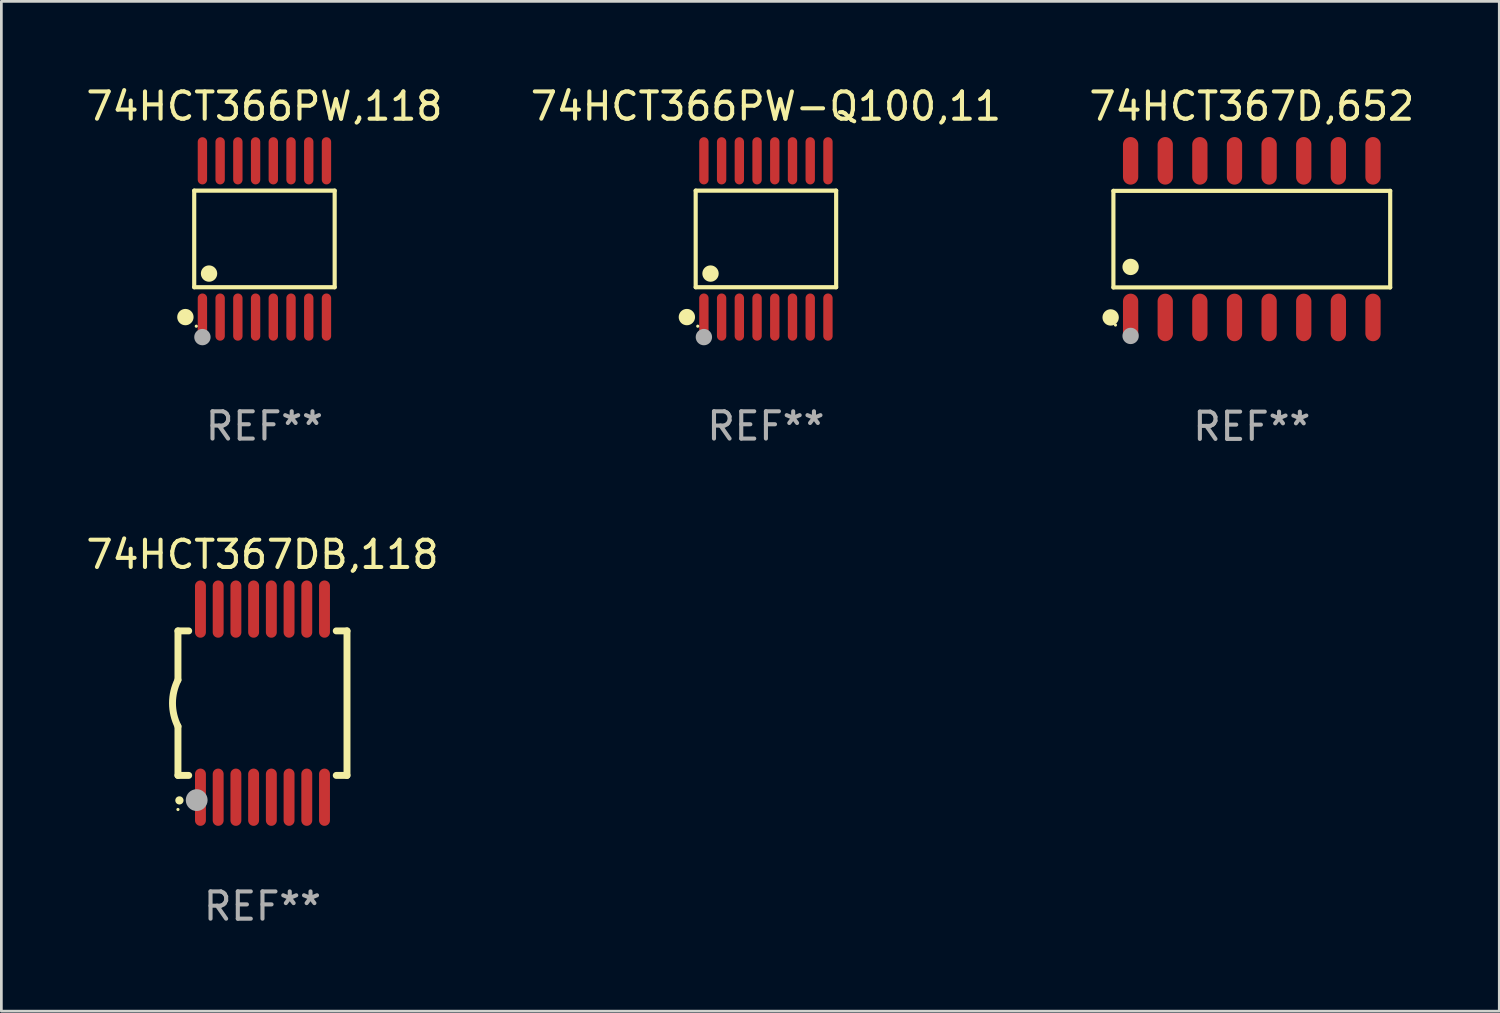
<source format=kicad_pcb>
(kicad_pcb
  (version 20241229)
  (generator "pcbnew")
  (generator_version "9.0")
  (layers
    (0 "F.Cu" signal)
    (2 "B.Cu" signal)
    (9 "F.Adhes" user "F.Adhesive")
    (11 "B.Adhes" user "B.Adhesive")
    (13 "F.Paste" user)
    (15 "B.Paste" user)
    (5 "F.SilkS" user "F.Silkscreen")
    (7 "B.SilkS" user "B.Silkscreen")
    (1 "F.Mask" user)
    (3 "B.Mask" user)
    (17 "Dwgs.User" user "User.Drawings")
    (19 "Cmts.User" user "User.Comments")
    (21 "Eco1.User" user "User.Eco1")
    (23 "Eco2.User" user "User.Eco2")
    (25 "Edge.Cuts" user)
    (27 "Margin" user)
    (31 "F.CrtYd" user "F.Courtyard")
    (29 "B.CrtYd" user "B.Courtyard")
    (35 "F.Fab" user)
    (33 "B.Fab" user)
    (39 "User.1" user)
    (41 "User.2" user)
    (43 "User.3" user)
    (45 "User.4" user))
  (footprint "74HCT367D,652"
    (layer "F.Cu")
    (at 42.863 5.721)
    (property "Reference" "74HCT367D,652" (at 0 -4.872 0) (layer "F.SilkS") (effects (font (size 1 1) (thickness 0.15))))
    (attr through_hole)
    (fp_line (start -5.076 -1.771) (end 5.076 -1.771) (stroke (width 0.152) (type solid)) (layer "F.SilkS"))
    (fp_line (start -5.076 1.771) (end -5.076 -1.771) (stroke (width 0.152) (type solid)) (layer "F.SilkS"))
    (fp_line (start 5.076 -1.771) (end 5.076 1.771) (stroke (width 0.152) (type solid)) (layer "F.SilkS"))
    (fp_line (start 5.076 1.771) (end -5.076 1.771) (stroke (width 0.152) (type solid)) (layer "F.SilkS"))
    (fp_circle (center -5.177 2.872) (end -5.027 2.872) (stroke (width 0.3) (type solid)) (fill no) (layer "F.SilkS"))
    (fp_circle (center -5 3.15) (end -4.97 3.15) (stroke (width 0.06) (type solid)) (fill no) (layer "F.SilkS"))
    (fp_circle (center -4.445 1.019) (end -4.295 1.019) (stroke (width 0.3) (type solid)) (fill no) (layer "F.SilkS"))
    (fp_circle (center -4.445 3.55) (end -4.295 3.55) (stroke (width 0.3) (type solid)) (fill no) (layer "F.Fab"))
    (fp_text user "REF**" (at 0 6.872 0) (layer "F.Fab") (effects (font (size 1 1) (thickness 0.15))))
    (pad "1" smd oval (at -4.445 2.872) (size 0.56 1.745) (layers "F.Cu" "F.Mask" "F.Paste"))
    (pad "2" smd oval (at -3.175 2.872) (size 0.56 1.745) (layers "F.Cu" "F.Mask" "F.Paste"))
    (pad "3" smd oval (at -1.905 2.872) (size 0.56 1.745) (layers "F.Cu" "F.Mask" "F.Paste"))
    (pad "4" smd oval (at -0.635 2.872) (size 0.56 1.745) (layers "F.Cu" "F.Mask" "F.Paste"))
    (pad "5" smd oval (at 0.635 2.872) (size 0.56 1.745) (layers "F.Cu" "F.Mask" "F.Paste"))
    (pad "6" smd oval (at 1.905 2.872) (size 0.56 1.745) (layers "F.Cu" "F.Mask" "F.Paste"))
    (pad "7" smd oval (at 3.175 2.872) (size 0.56 1.745) (layers "F.Cu" "F.Mask" "F.Paste"))
    (pad "8" smd oval (at 4.445 2.872) (size 0.56 1.745) (layers "F.Cu" "F.Mask" "F.Paste"))
    (pad "9" smd oval (at 4.445 -2.872) (size 0.56 1.745) (layers "F.Cu" "F.Mask" "F.Paste"))
    (pad "10" smd oval (at 3.175 -2.872) (size 0.56 1.745) (layers "F.Cu" "F.Mask" "F.Paste"))
    (pad "11" smd oval (at 1.905 -2.872) (size 0.56 1.745) (layers "F.Cu" "F.Mask" "F.Paste"))
    (pad "12" smd oval (at 0.635 -2.872) (size 0.56 1.745) (layers "F.Cu" "F.Mask" "F.Paste"))
    (pad "13" smd oval (at -0.635 -2.872) (size 0.56 1.745) (layers "F.Cu" "F.Mask" "F.Paste"))
    (pad "14" smd oval (at -1.905 -2.872) (size 0.56 1.745) (layers "F.Cu" "F.Mask" "F.Paste"))
    (pad "15" smd oval (at -3.175 -2.872) (size 0.56 1.745) (layers "F.Cu" "F.Mask" "F.Paste"))
    (pad "16" smd oval (at -4.445 -2.872) (size 0.56 1.745) (layers "F.Cu" "F.Mask" "F.Paste")))
  (footprint "74HCT367DB,118"
    (layer "F.Cu")
    (at 6.577 22.74)
    (property "Reference" "74HCT367DB,118" (at 0 -5.45 0) (layer "F.SilkS") (effects (font (size 1 1) (thickness 0.15))))
    (attr through_hole)
    (fp_line (start -3.1 -2.65) (end -3.1 -0.85) (stroke (width 0.254) (type solid)) (layer "F.SilkS"))
    (fp_line (start -3.1 -2.65) (end -2.706 -2.65) (stroke (width 0.254) (type solid)) (layer "F.SilkS"))
    (fp_line (start -3.1 2.65) (end -3.1 0.85) (stroke (width 0.254) (type solid)) (layer "F.SilkS"))
    (fp_line (start -3.1 2.65) (end -2.706 2.65) (stroke (width 0.254) (type solid)) (layer "F.SilkS"))
    (fp_line (start 2.706 -2.65) (end 3.1 -2.65) (stroke (width 0.254) (type solid)) (layer "F.SilkS"))
    (fp_line (start 2.706 2.65) (end 3.1 2.65) (stroke (width 0.254) (type solid)) (layer "F.SilkS"))
    (fp_line (start 3.1 -2.65) (end 3.1 2.65) (stroke (width 0.254) (type solid)) (layer "F.SilkS"))
    (fp_arc (start -3.098907 0.850902) (mid -3.300057 0.000523) (end -3.1 -0.850114) (stroke (width 0.254001) (type solid)) (layer "F.SilkS"))
    (fp_arc (start -3.048006 3.566066) (mid -3.046736 3.566061) (end -3.045466 3.566066) (stroke (width 0.3) (type solid)) (layer "F.SilkS"))
    (fp_circle (center -3.1 3.9) (end -3.07 3.9) (stroke (width 0.06) (type solid)) (fill no) (layer "F.SilkS"))
    (fp_circle (center -2.413 3.556) (end -2.213 3.556) (stroke (width 0.4) (type solid)) (fill no) (layer "F.Fab"))
    (fp_text user "REF**" (at 0 7.45 0) (layer "F.Fab") (effects (font (size 1 1) (thickness 0.15))))
    (pad "1" smd oval (at -2.275 3.45 180) (size 0.4 2.1) (layers "F.Cu" "F.Mask" "F.Paste"))
    (pad "2" smd oval (at -1.625 3.45 180) (size 0.4 2.1) (layers "F.Cu" "F.Mask" "F.Paste"))
    (pad "3" smd oval (at -0.975 3.45 180) (size 0.4 2.1) (layers "F.Cu" "F.Mask" "F.Paste"))
    (pad "4" smd oval (at -0.325 3.45 180) (size 0.4 2.1) (layers "F.Cu" "F.Mask" "F.Paste"))
    (pad "5" smd oval (at 0.325 3.45 180) (size 0.4 2.1) (layers "F.Cu" "F.Mask" "F.Paste"))
    (pad "6" smd oval (at 0.975 3.45 180) (size 0.4 2.1) (layers "F.Cu" "F.Mask" "F.Paste"))
    (pad "7" smd oval (at 1.625 3.45 180) (size 0.4 2.1) (layers "F.Cu" "F.Mask" "F.Paste"))
    (pad "8" smd oval (at 2.275 3.45 180) (size 0.4 2.1) (layers "F.Cu" "F.Mask" "F.Paste"))
    (pad "9" smd oval (at 2.275 -3.45 180) (size 0.4 2.1) (layers "F.Cu" "F.Mask" "F.Paste"))
    (pad "10" smd oval (at 1.625 -3.45 180) (size 0.4 2.1) (layers "F.Cu" "F.Mask" "F.Paste"))
    (pad "11" smd oval (at 0.975 -3.45 180) (size 0.4 2.1) (layers "F.Cu" "F.Mask" "F.Paste"))
    (pad "12" smd oval (at 0.325 -3.45 180) (size 0.4 2.1) (layers "F.Cu" "F.Mask" "F.Paste"))
    (pad "13" smd oval (at -0.325 -3.45 180) (size 0.4 2.1) (layers "F.Cu" "F.Mask" "F.Paste"))
    (pad "14" smd oval (at -0.975 -3.45 180) (size 0.4 2.1) (layers "F.Cu" "F.Mask" "F.Paste"))
    (pad "15" smd oval (at -1.625 -3.45 180) (size 0.4 2.1) (layers "F.Cu" "F.Mask" "F.Paste"))
    (pad "16" smd oval (at -2.275 -3.45 180) (size 0.4 2.1) (layers "F.Cu" "F.Mask" "F.Paste")))
  (footprint "74HCT366PW,118"
    (layer "F.Cu")
    (at 6.649 5.714)
    (property "Reference" "74HCT366PW,118" (at 0 -4.866 0) (layer "F.SilkS") (effects (font (size 1 1) (thickness 0.15))))
    (attr through_hole)
    (fp_line (start -2.576 -1.772) (end 2.576 -1.772) (stroke (width 0.152) (type solid)) (layer "F.SilkS"))
    (fp_line (start -2.576 1.771) (end -2.576 -1.772) (stroke (width 0.152) (type solid)) (layer "F.SilkS"))
    (fp_line (start 2.576 -1.772) (end 2.576 1.771) (stroke (width 0.152) (type solid)) (layer "F.SilkS"))
    (fp_line (start 2.576 1.771) (end -2.576 1.771) (stroke (width 0.152) (type solid)) (layer "F.SilkS"))
    (fp_circle (center -2.899 2.866) (end -2.749 2.866) (stroke (width 0.3) (type solid)) (fill no) (layer "F.SilkS"))
    (fp_circle (center -2.5 3.2) (end -2.47 3.2) (stroke (width 0.06) (type solid)) (fill no) (layer "F.SilkS"))
    (fp_circle (center -2.032 1.27) (end -1.882 1.27) (stroke (width 0.3) (type solid)) (fill no) (layer "F.SilkS"))
    (fp_circle (center -2.275 3.6) (end -2.125 3.6) (stroke (width 0.3) (type solid)) (fill no) (layer "F.Fab"))
    (fp_text user "REF**" (at 0 6.866 0) (layer "F.Fab") (effects (font (size 1 1) (thickness 0.15))))
    (pad "1" smd oval (at -2.275 2.866) (size 0.343 1.731) (layers "F.Cu" "F.Mask" "F.Paste"))
    (pad "2" smd oval (at -1.625 2.866) (size 0.343 1.731) (layers "F.Cu" "F.Mask" "F.Paste"))
    (pad "3" smd oval (at -0.975 2.866) (size 0.343 1.731) (layers "F.Cu" "F.Mask" "F.Paste"))
    (pad "4" smd oval (at -0.325 2.866) (size 0.343 1.731) (layers "F.Cu" "F.Mask" "F.Paste"))
    (pad "5" smd oval (at 0.325 2.866) (size 0.343 1.731) (layers "F.Cu" "F.Mask" "F.Paste"))
    (pad "6" smd oval (at 0.975 2.866) (size 0.343 1.731) (layers "F.Cu" "F.Mask" "F.Paste"))
    (pad "7" smd oval (at 1.625 2.866) (size 0.343 1.731) (layers "F.Cu" "F.Mask" "F.Paste"))
    (pad "8" smd oval (at 2.275 2.866) (size 0.343 1.731) (layers "F.Cu" "F.Mask" "F.Paste"))
    (pad "9" smd oval (at 2.275 -2.866) (size 0.343 1.731) (layers "F.Cu" "F.Mask" "F.Paste"))
    (pad "10" smd oval (at 1.625 -2.866) (size 0.343 1.731) (layers "F.Cu" "F.Mask" "F.Paste"))
    (pad "11" smd oval (at 0.975 -2.866) (size 0.343 1.731) (layers "F.Cu" "F.Mask" "F.Paste"))
    (pad "12" smd oval (at 0.325 -2.866) (size 0.343 1.731) (layers "F.Cu" "F.Mask" "F.Paste"))
    (pad "13" smd oval (at -0.325 -2.866) (size 0.343 1.731) (layers "F.Cu" "F.Mask" "F.Paste"))
    (pad "14" smd oval (at -0.975 -2.866) (size 0.343 1.731) (layers "F.Cu" "F.Mask" "F.Paste"))
    (pad "15" smd oval (at -1.625 -2.866) (size 0.343 1.731) (layers "F.Cu" "F.Mask" "F.Paste"))
    (pad "16" smd oval (at -2.275 -2.866) (size 0.343 1.731) (layers "F.Cu" "F.Mask" "F.Paste")))
  (footprint "74HCT366PW-Q100,11"
    (layer "F.Cu")
    (at 25.042 5.714)
    (property "Reference" "74HCT366PW-Q100,11" (at 0 -4.866 0) (layer "F.SilkS") (effects (font (size 1 1) (thickness 0.15))))
    (attr through_hole)
    (fp_line (start -2.576 -1.772) (end 2.576 -1.772) (stroke (width 0.152) (type solid)) (layer "F.SilkS"))
    (fp_line (start -2.576 1.771) (end -2.576 -1.772) (stroke (width 0.152) (type solid)) (layer "F.SilkS"))
    (fp_line (start 2.576 -1.772) (end 2.576 1.771) (stroke (width 0.152) (type solid)) (layer "F.SilkS"))
    (fp_line (start 2.576 1.771) (end -2.576 1.771) (stroke (width 0.152) (type solid)) (layer "F.SilkS"))
    (fp_circle (center -2.899 2.866) (end -2.749 2.866) (stroke (width 0.3) (type solid)) (fill no) (layer "F.SilkS"))
    (fp_circle (center -2.5 3.2) (end -2.47 3.2) (stroke (width 0.06) (type solid)) (fill no) (layer "F.SilkS"))
    (fp_circle (center -2.032 1.27) (end -1.882 1.27) (stroke (width 0.3) (type solid)) (fill no) (layer "F.SilkS"))
    (fp_circle (center -2.275 3.6) (end -2.125 3.6) (stroke (width 0.3) (type solid)) (fill no) (layer "F.Fab"))
    (fp_text user "REF**" (at 0 6.866 0) (layer "F.Fab") (effects (font (size 1 1) (thickness 0.15))))
    (pad "1" smd oval (at -2.275 2.866) (size 0.343 1.731) (layers "F.Cu" "F.Mask" "F.Paste"))
    (pad "2" smd oval (at -1.625 2.866) (size 0.343 1.731) (layers "F.Cu" "F.Mask" "F.Paste"))
    (pad "3" smd oval (at -0.975 2.866) (size 0.343 1.731) (layers "F.Cu" "F.Mask" "F.Paste"))
    (pad "4" smd oval (at -0.325 2.866) (size 0.343 1.731) (layers "F.Cu" "F.Mask" "F.Paste"))
    (pad "5" smd oval (at 0.325 2.866) (size 0.343 1.731) (layers "F.Cu" "F.Mask" "F.Paste"))
    (pad "6" smd oval (at 0.975 2.866) (size 0.343 1.731) (layers "F.Cu" "F.Mask" "F.Paste"))
    (pad "7" smd oval (at 1.625 2.866) (size 0.343 1.731) (layers "F.Cu" "F.Mask" "F.Paste"))
    (pad "8" smd oval (at 2.275 2.866) (size 0.343 1.731) (layers "F.Cu" "F.Mask" "F.Paste"))
    (pad "9" smd oval (at 2.275 -2.866) (size 0.343 1.731) (layers "F.Cu" "F.Mask" "F.Paste"))
    (pad "10" smd oval (at 1.625 -2.866) (size 0.343 1.731) (layers "F.Cu" "F.Mask" "F.Paste"))
    (pad "11" smd oval (at 0.975 -2.866) (size 0.343 1.731) (layers "F.Cu" "F.Mask" "F.Paste"))
    (pad "12" smd oval (at 0.325 -2.866) (size 0.343 1.731) (layers "F.Cu" "F.Mask" "F.Paste"))
    (pad "13" smd oval (at -0.325 -2.866) (size 0.343 1.731) (layers "F.Cu" "F.Mask" "F.Paste"))
    (pad "14" smd oval (at -0.975 -2.866) (size 0.343 1.731) (layers "F.Cu" "F.Mask" "F.Paste"))
    (pad "15" smd oval (at -1.625 -2.866) (size 0.343 1.731) (layers "F.Cu" "F.Mask" "F.Paste"))
    (pad "16" smd oval (at -2.275 -2.866) (size 0.343 1.731) (layers "F.Cu" "F.Mask" "F.Paste")))
  (gr_rect
    (start -3 -3)
    (end 51.94 34.038)
    (stroke (width 0.1) (type default))
    (fill no)
    (layer "Edge.Cuts")))
</source>
